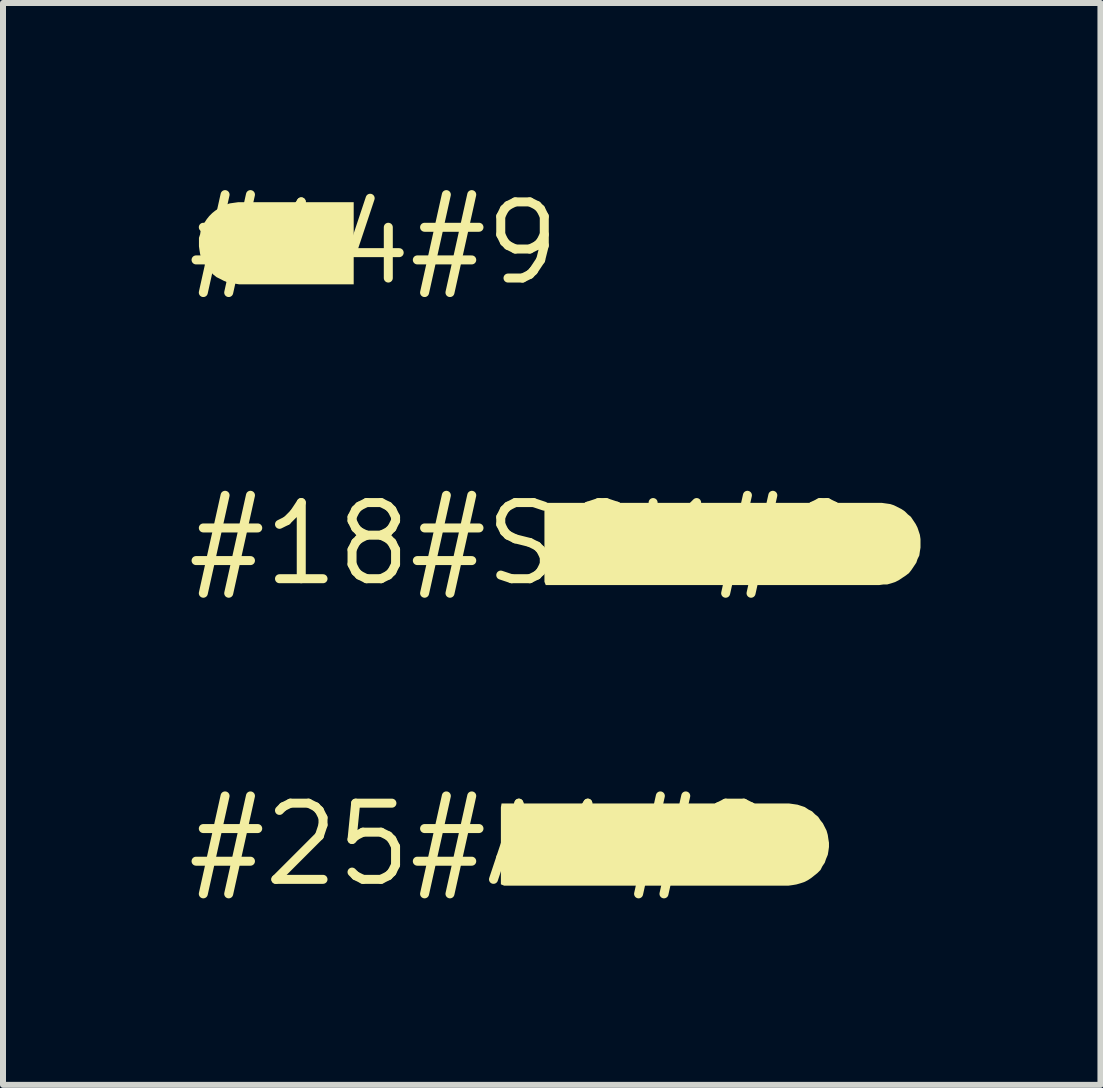
<source format=kicad_pcb>
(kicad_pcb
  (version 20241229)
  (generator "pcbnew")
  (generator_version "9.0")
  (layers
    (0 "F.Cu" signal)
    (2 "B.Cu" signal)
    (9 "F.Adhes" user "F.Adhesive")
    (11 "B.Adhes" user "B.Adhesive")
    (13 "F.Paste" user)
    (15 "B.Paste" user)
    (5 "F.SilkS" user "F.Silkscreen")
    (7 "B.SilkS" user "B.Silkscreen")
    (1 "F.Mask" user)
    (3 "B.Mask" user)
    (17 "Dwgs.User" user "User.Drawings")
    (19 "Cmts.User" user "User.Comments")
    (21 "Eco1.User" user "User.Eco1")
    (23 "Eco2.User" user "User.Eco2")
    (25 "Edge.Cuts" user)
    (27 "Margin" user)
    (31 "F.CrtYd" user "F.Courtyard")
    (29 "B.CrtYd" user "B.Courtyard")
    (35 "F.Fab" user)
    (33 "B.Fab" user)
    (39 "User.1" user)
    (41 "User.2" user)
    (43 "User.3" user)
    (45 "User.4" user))
  (footprint "#14#9"
    (layer "F.Cu")
    (at 3.182 1.006)
    (property "Reference" "#14#9" (at 0 0 0) (layer "F.SilkS") (effects (font (size 1.27 1.27) (thickness 0.15))))
    (fp_poly (pts (xy -0.335 0.685) (xy -2.238 0.685) (xy -2.239 0.685) (xy -2.24 0.685) (xy -2.244 0.685) (xy -2.243 0.685) (xy -2.301 0.675) (xy -2.371 0.665) (xy -2.431 0.655) (xy -2.502 0.625) (xy -2.562 0.594) (xy -2.623 0.564) (xy -2.673 0.524) (xy -2.724 0.474) (xy -2.774 0.423) (xy -2.804 0.373) (xy -2.844 0.313) (xy -2.875 0.252) (xy -2.895 0.181) (xy -2.905 0.121) (xy -2.915 0.05) (xy -2.915 -0.091) (xy -2.895 -0.151) (xy -2.885 -0.222) (xy -2.824 -0.343) (xy -2.784 -0.403) (xy -2.744 -0.453) (xy -2.693 -0.504) (xy -2.643 -0.544) (xy -2.583 -0.584) (xy -2.532 -0.614) (xy -2.462 -0.645) (xy -2.401 -0.665) (xy -2.331 -0.675) (xy -2.26 -0.685) (xy -0.335 -0.685)) (stroke (width 0) (type solid)) (fill yes) (layer "F.SilkS")))
  (footprint "#18#SCK#0"
    (layer "F.Cu")
    (at 5.692 6.019)
    (property "Reference" "#18#SCK#0" (at 0 0 0) (layer "F.SilkS") (effects (font (size 1.27 1.27) (thickness 0.15))))
    (fp_poly (pts (xy 6.031 -0.675) (xy 6.101 -0.665) (xy 6.162 -0.645) (xy 6.283 -0.584) (xy 6.343 -0.544) (xy 6.393 -0.494) (xy 6.444 -0.453) (xy 6.484 -0.393) (xy 6.524 -0.333) (xy 6.555 -0.272) (xy 6.575 -0.212) (xy 6.595 -0.151) (xy 6.605 -0.08) (xy 6.605 0.06) (xy 6.595 0.121) (xy 6.585 0.192) (xy 6.555 0.252) (xy 6.535 0.312) (xy 6.454 0.433) (xy 6.414 0.484) (xy 6.363 0.524) (xy 6.303 0.564) (xy 6.243 0.604) (xy 6.182 0.635) (xy 6.121 0.655) (xy 6.051 0.675) (xy 5.99 0.675) (xy 5.92 0.685) (xy 0.357 0.685) (xy 0.335 0.631) (xy 0.335 -0.652) (xy 0.378 -0.685) (xy 5.96 -0.685)) (stroke (width 0) (type solid)) (fill yes) (layer "F.SilkS")))
  (footprint "#25#A1#2"
    (layer "F.Cu")
    (at 4.966 11.031)
    (property "Reference" "#25#A1#2" (at 0 0 0) (layer "F.SilkS") (effects (font (size 1.27 1.27) (thickness 0.15))))
    (fp_poly (pts (xy 5.211 -0.675) (xy 5.281 -0.665) (xy 5.342 -0.645) (xy 5.402 -0.625) (xy 5.463 -0.584) (xy 5.523 -0.554) (xy 5.573 -0.504) (xy 5.624 -0.463) (xy 5.664 -0.403) (xy 5.704 -0.353) (xy 5.765 -0.232) (xy 5.785 -0.161) (xy 5.795 -0.091) (xy 5.805 -0.03) (xy 5.805 0.04) (xy 5.795 0.111) (xy 5.785 0.171) (xy 5.755 0.242) (xy 5.735 0.302) (xy 5.694 0.363) (xy 5.664 0.423) (xy 5.613 0.474) (xy 5.563 0.514) (xy 5.513 0.554) (xy 5.453 0.594) (xy 5.392 0.625) (xy 5.331 0.645) (xy 5.261 0.665) (xy 5.201 0.675) (xy 5.13 0.685) (xy 0.389 0.685) (xy 0.335 0.663) (xy 0.335 -0.62) (xy 0.346 -0.685) (xy 5.14 -0.685)) (stroke (width 0) (type solid)) (fill yes) (layer "F.SilkS")))
  (gr_rect
    (start -3 -3)
    (end 15.297 15.037)
    (stroke (width 0.1) (type default))
    (fill no)
    (layer "Edge.Cuts")))
</source>
